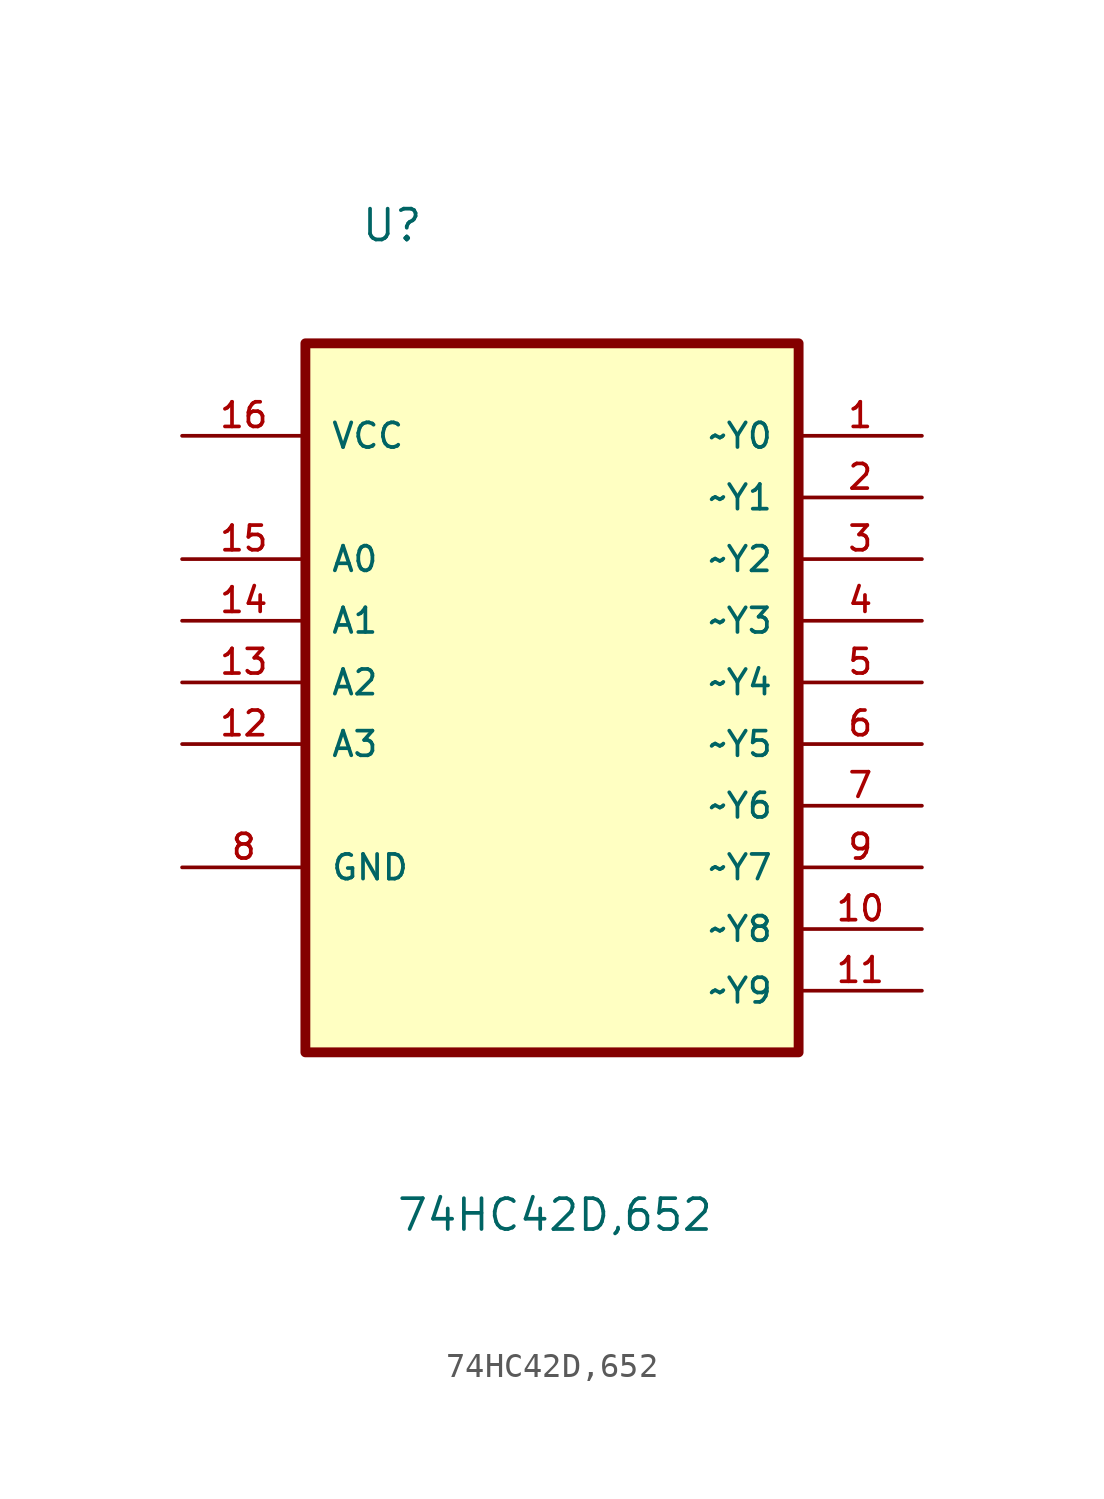
<source format=kicad_sym>
(kicad_symbol_lib
  (version 20210619)
  (generator kicad_symbol_editor)
  (symbol "Logic_user:74HC42D,652"
    (pin_names
      (offset 1.016))
    (property "Reference" "U"
      (at -5.359 15.545 0)
      (effects (font (size 1.27 1.27)) (justify left bottom)))
    (property "Value" "74HC42D,652"
      (at -3.912 -25.222 0)
      (effects (font (size 1.27 1.27)) (justify left bottom)))
    (symbol "74HC42D,652_0_0"
      (rectangle (start -7.62 11.43) (end 12.7 -17.78) (stroke (width 0.406)) (fill (type background)))
      (pin output line (at 17.78 7.62 180) (length 5.08) (name "~Y0" (effects (font (size 1.016 1.016)))) (number "1" (effects (font (size 1.016 1.016)))))
      (pin output line (at 17.78 -12.7 180) (length 5.08) (name "~Y8" (effects (font (size 1.016 1.016)))) (number "10" (effects (font (size 1.016 1.016)))))
      (pin output line (at 17.78 -15.24 180) (length 5.08) (name "~Y9" (effects (font (size 1.016 1.016)))) (number "11" (effects (font (size 1.016 1.016)))))
      (pin input line (at -12.7 -5.08 0) (length 5.08) (name "A3" (effects (font (size 1.016 1.016)))) (number "12" (effects (font (size 1.016 1.016)))))
      (pin input line (at -12.7 -2.54 0) (length 5.08) (name "A2" (effects (font (size 1.016 1.016)))) (number "13" (effects (font (size 1.016 1.016)))))
      (pin input line (at -12.7 0 0) (length 5.08) (name "A1" (effects (font (size 1.016 1.016)))) (number "14" (effects (font (size 1.016 1.016)))))
      (pin input line (at -12.7 2.54 0) (length 5.08) (name "A0" (effects (font (size 1.016 1.016)))) (number "15" (effects (font (size 1.016 1.016)))))
      (pin power_in line (at -12.7 7.62 0) (length 5.08) (name "VCC" (effects (font (size 1.016 1.016)))) (number "16" (effects (font (size 1.016 1.016)))))
      (pin output line (at 17.78 5.08 180) (length 5.08) (name "~Y1" (effects (font (size 1.016 1.016)))) (number "2" (effects (font (size 1.016 1.016)))))
      (pin output line (at 17.78 2.54 180) (length 5.08) (name "~Y2" (effects (font (size 1.016 1.016)))) (number "3" (effects (font (size 1.016 1.016)))))
      (pin output line (at 17.78 0 180) (length 5.08) (name "~Y3" (effects (font (size 1.016 1.016)))) (number "4" (effects (font (size 1.016 1.016)))))
      (pin output line (at 17.78 -2.54 180) (length 5.08) (name "~Y4" (effects (font (size 1.016 1.016)))) (number "5" (effects (font (size 1.016 1.016)))))
      (pin output line (at 17.78 -5.08 180) (length 5.08) (name "~Y5" (effects (font (size 1.016 1.016)))) (number "6" (effects (font (size 1.016 1.016)))))
      (pin output line (at 17.78 -7.62 180) (length 5.08) (name "~Y6" (effects (font (size 1.016 1.016)))) (number "7" (effects (font (size 1.016 1.016)))))
      (pin passive line (at -12.7 -10.16 0) (length 5.08) (name "GND" (effects (font (size 1.016 1.016)))) (number "8" (effects (font (size 1.016 1.016)))))
      (pin output line (at 17.78 -10.16 180) (length 5.08) (name "~Y7" (effects (font (size 1.016 1.016)))) (number "9" (effects (font (size 1.016 1.016))))))))
</source>
